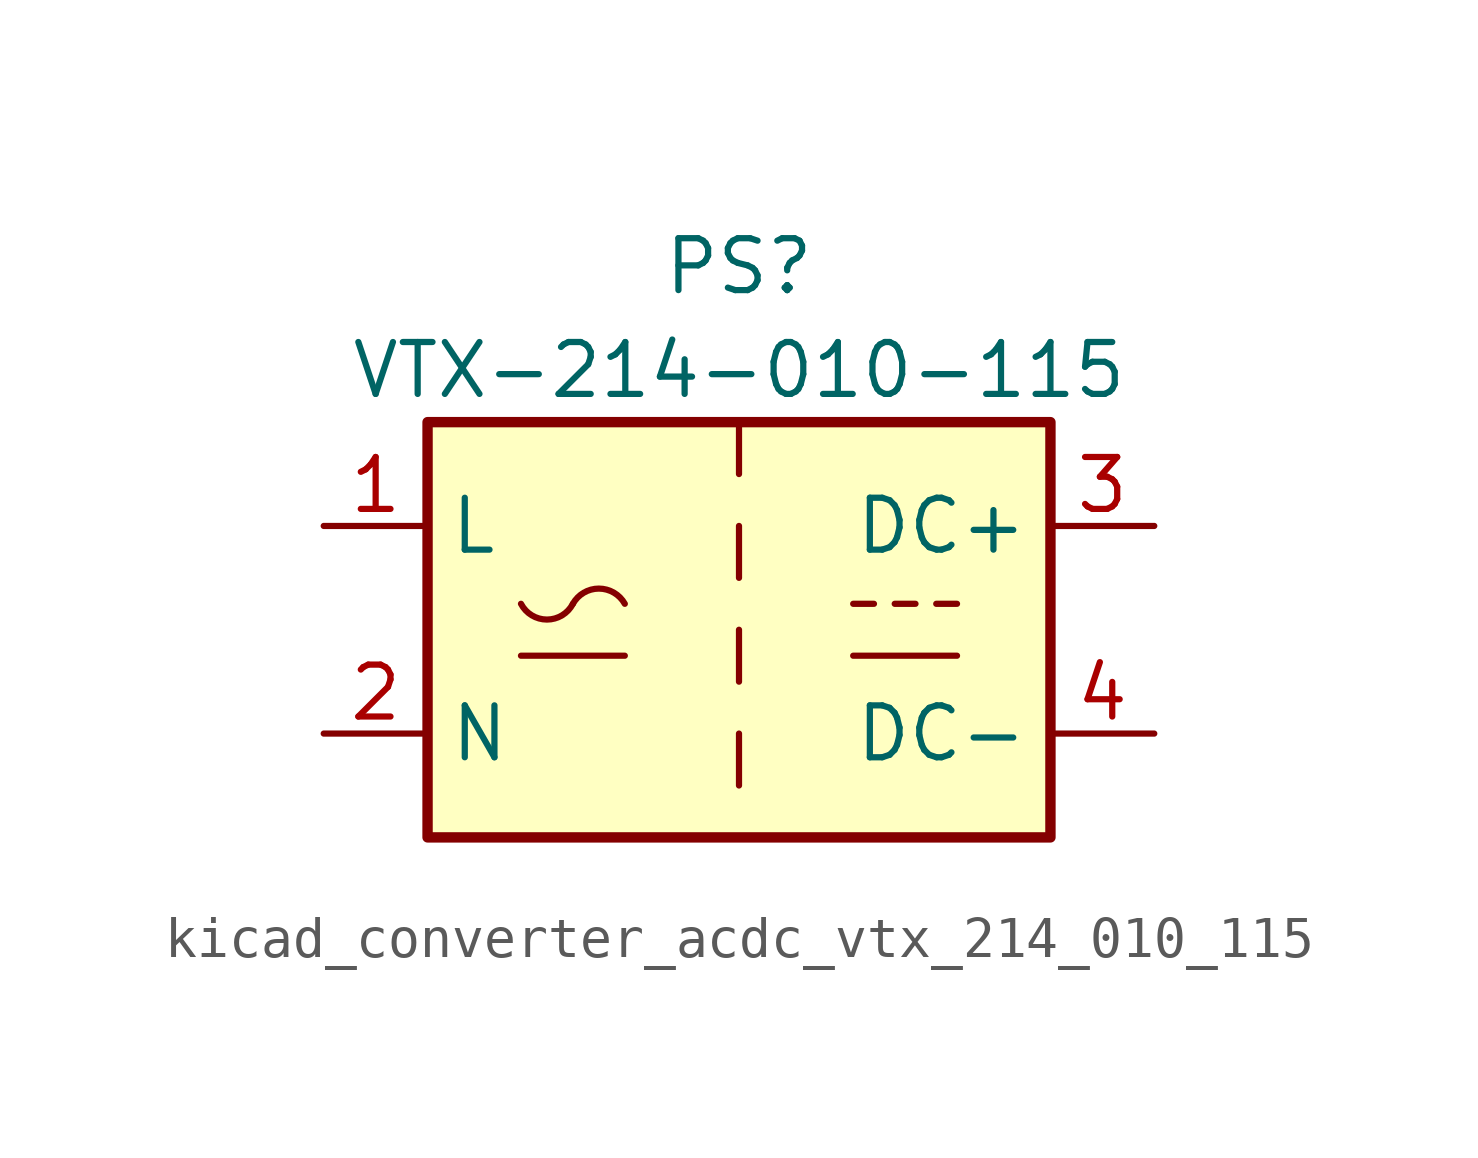
<source format=kicad_sym>
(kicad_symbol_lib
  (version 20220914)
  (generator kicad_symbol_editor)
  (symbol "kicad_converter_acdc_vtx_214_010_115"
    (property "Reference" "PS"
      (at 0 8.89 0)
      (effects (font (size 1.27 1.27))))
    (property "Value" "VTX-214-010-115"
      (at 0 6.35 0)
      (effects (font (size 1.27 1.27))))
    (symbol "kicad_converter_acdc_vtx_214_010_115_0_1"
      (rectangle (start -7.62 5.08) (end 7.62 -5.08) (stroke (width 0.254) (type default)) (fill (type background)))
      (arc (start -5.334 0.635) (mid -4.699 0.2495) (end -4.064 0.635) (stroke (width 0) (type default)) (fill (type none)))
      (arc (start -2.794 0.635) (mid -3.429 1.0072) (end -4.064 0.635) (stroke (width 0) (type default)) (fill (type none)))
      (polyline (pts (xy -5.334 -0.635) (xy -2.794 -0.635)) (stroke (width 0) (type default)) (fill (type none)))
      (polyline (pts (xy 2.794 -0.635) (xy 5.334 -0.635)) (stroke (width 0) (type default)) (fill (type none)))
      (polyline (pts (xy 2.794 0.635) (xy 3.302 0.635)) (stroke (width 0) (type default)) (fill (type none)))
      (polyline (pts (xy 3.81 0.635) (xy 4.318 0.635)) (stroke (width 0) (type default)) (fill (type none)))
      (polyline (pts (xy 4.826 0.635) (xy 5.334 0.635)) (stroke (width 0) (type default)) (fill (type none))))
    (symbol "kicad_converter_acdc_vtx_214_010_115_1_1"
      (polyline (pts (xy 0 -2.54) (xy 0 -3.81)) (stroke (width 0) (type default)) (fill (type none)))
      (polyline (pts (xy 0 0) (xy 0 -1.27)) (stroke (width 0) (type default)) (fill (type none)))
      (polyline (pts (xy 0 2.54) (xy 0 1.27)) (stroke (width 0) (type default)) (fill (type none)))
      (polyline (pts (xy 0 5.08) (xy 0 3.81)) (stroke (width 0) (type default)) (fill (type none)))
      (pin power_in line (at -10.16 2.54 0) (length 2.54) (name "L" (effects (font (size 1.27 1.27)))) (number "1" (effects (font (size 1.27 1.27)))))
      (pin power_in line (at -10.16 -2.54 0) (length 2.54) (name "N" (effects (font (size 1.27 1.27)))) (number "2" (effects (font (size 1.27 1.27)))))
      (pin power_out line (at 10.16 2.54 180) (length 2.54) (name "DC+" (effects (font (size 1.27 1.27)))) (number "3" (effects (font (size 1.27 1.27)))))
      (pin power_out line (at 10.16 -2.54 180) (length 2.54) (name "DC-" (effects (font (size 1.27 1.27)))) (number "4" (effects (font (size 1.27 1.27))))))))
</source>
